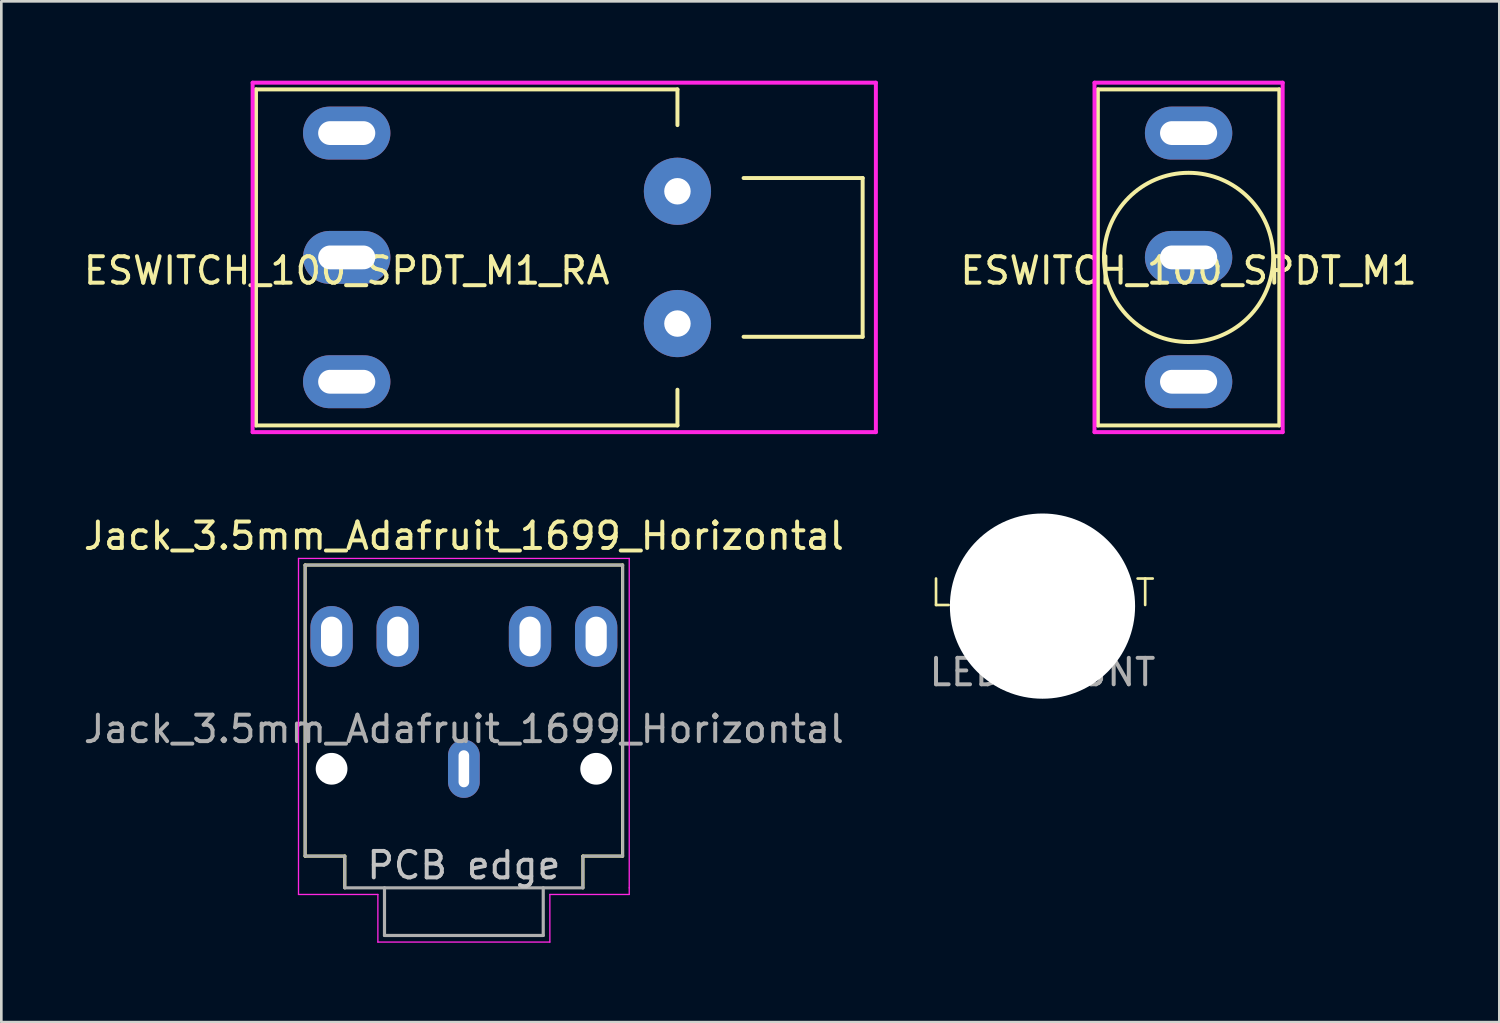
<source format=kicad_pcb>
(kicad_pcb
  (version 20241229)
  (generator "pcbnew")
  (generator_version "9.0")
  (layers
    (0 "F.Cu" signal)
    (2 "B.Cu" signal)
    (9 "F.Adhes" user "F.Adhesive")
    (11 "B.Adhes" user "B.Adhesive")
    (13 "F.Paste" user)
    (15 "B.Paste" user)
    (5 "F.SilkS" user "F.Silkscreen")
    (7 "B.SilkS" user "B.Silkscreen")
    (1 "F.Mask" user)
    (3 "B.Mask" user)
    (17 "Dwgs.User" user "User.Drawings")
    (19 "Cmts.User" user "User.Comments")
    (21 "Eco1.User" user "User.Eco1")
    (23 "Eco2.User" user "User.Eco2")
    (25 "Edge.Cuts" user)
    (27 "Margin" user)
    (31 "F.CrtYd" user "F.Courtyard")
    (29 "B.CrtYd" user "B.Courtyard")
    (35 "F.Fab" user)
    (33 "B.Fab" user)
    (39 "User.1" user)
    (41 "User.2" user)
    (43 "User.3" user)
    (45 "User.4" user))
  (footprint "Jack_3.5mm_Adafruit_1699_Horizontal"
    (layer "F.Cu")
    (at 14.482 26.006)
    (property "Reference" "Jack_3.5mm_Adafruit_1699_Horizontal" (at 0 -8.8 0) (layer "F.SilkS") (effects (font (size 1 1) (thickness 0.15))))
    (attr through_hole exclude_from_pos_files exclude_from_bom)
    (fp_line (start -6 -7.7) (end 6 -7.7) (stroke (width 0.12) (type solid)) (layer "F.SilkS"))
    (fp_line (start -6 3.3) (end -6 -7.7) (stroke (width 0.12) (type solid)) (layer "F.SilkS"))
    (fp_line (start -4.5 3.3) (end -6 3.3) (stroke (width 0.12) (type solid)) (layer "F.SilkS"))
    (fp_line (start -4.5 4.5) (end -4.5 3.3) (stroke (width 0.12) (type solid)) (layer "F.SilkS"))
    (fp_line (start 4.5 3.3) (end 4.5 4.5) (stroke (width 0.12) (type solid)) (layer "F.SilkS"))
    (fp_line (start 6 -7.7) (end 6 3.3) (stroke (width 0.12) (type solid)) (layer "F.SilkS"))
    (fp_line (start 6 3.3) (end 4.5 3.3) (stroke (width 0.12) (type solid)) (layer "F.SilkS"))
    (fp_line (start -6.25 -7.95) (end -6.25 4.75) (stroke (width 0.05) (type solid)) (layer "F.CrtYd"))
    (fp_line (start -6.25 4.75) (end -3.25 4.75) (stroke (width 0.05) (type solid)) (layer "F.CrtYd"))
    (fp_line (start -3.25 4.75) (end -3.25 6.55) (stroke (width 0.05) (type solid)) (layer "F.CrtYd"))
    (fp_line (start -3.25 6.55) (end 3.25 6.55) (stroke (width 0.05) (type solid)) (layer "F.CrtYd"))
    (fp_line (start 3.25 4.75) (end 6.25 4.75) (stroke (width 0.05) (type solid)) (layer "F.CrtYd"))
    (fp_line (start 3.25 6.55) (end 3.25 4.75) (stroke (width 0.05) (type solid)) (layer "F.CrtYd"))
    (fp_line (start 6.25 -7.95) (end -6.25 -7.95) (stroke (width 0.05) (type solid)) (layer "F.CrtYd"))
    (fp_line (start 6.25 4.5) (end 6.25 -7.95) (stroke (width 0.05) (type solid)) (layer "F.CrtYd"))
    (fp_line (start 6.25 4.75) (end 6.25 4.5) (stroke (width 0.05) (type solid)) (layer "F.CrtYd"))
    (fp_line (start -6 -7.7) (end 6 -7.7) (stroke (width 0.1) (type solid)) (layer "F.Fab"))
    (fp_line (start -6 3.3) (end -6 -7.7) (stroke (width 0.1) (type solid)) (layer "F.Fab"))
    (fp_line (start -4.5 3.3) (end -6 3.3) (stroke (width 0.1) (type solid)) (layer "F.Fab"))
    (fp_line (start -4.5 4.5) (end -4.5 3.3) (stroke (width 0.1) (type solid)) (layer "F.Fab"))
    (fp_line (start -4.5 4.5) (end 4.5 4.5) (stroke (width 0.12) (type solid)) (layer "F.Fab"))
    (fp_line (start -3 6.3) (end -3 4.5) (stroke (width 0.12) (type solid)) (layer "F.Fab"))
    (fp_line (start 3 4.5) (end 3 6.3) (stroke (width 0.12) (type solid)) (layer "F.Fab"))
    (fp_line (start 3 6.3) (end -3 6.3) (stroke (width 0.12) (type solid)) (layer "F.Fab"))
    (fp_line (start 4.5 3.3) (end 6 3.3) (stroke (width 0.1) (type solid)) (layer "F.Fab"))
    (fp_line (start 4.5 4.5) (end 4.5 3.3) (stroke (width 0.1) (type solid)) (layer "F.Fab"))
    (fp_line (start 6 3.3) (end 6 -7.7) (stroke (width 0.1) (type solid)) (layer "F.Fab"))
    (fp_text user "PCB edge" (at 0 3.65 0) (unlocked yes) (layer "Dwgs.User") (effects (font (size 1 1) (thickness 0.15))))
    (fp_text user "${REFERENCE}" (at 0 -1.5 0) (layer "F.Fab") (effects (font (size 1 1) (thickness 0.15))))
    (pad "" np_thru_hole circle (at -5 0) (size 1.2 1.2) (drill 1.2) (layers "*.Cu" "*.Mask"))
    (pad "" np_thru_hole circle (at 5 0) (size 1.2 1.2) (drill 1.2) (layers "*.Cu" "*.Mask"))
    (pad "R" thru_hole oval (at -5 -5) (size 1.6 2.3) (drill oval 0.8 1.5) (layers "*.Cu" "*.Mask"))
    (pad "RN" thru_hole oval (at -2.5 -5) (size 1.6 2.3) (drill oval 0.8 1.5) (layers "*.Cu" "*.Mask"))
    (pad "S" thru_hole oval (at 0 0 90) (size 2.2 1.2) (drill oval 1.4 0.4) (layers "*.Cu" "*.Mask"))
    (pad "T" thru_hole oval (at 5 -5 180) (size 1.6 2.3) (drill oval 0.8 1.5) (layers "*.Cu" "*.Mask"))
    (pad "TN" thru_hole oval (at 2.5 -5 180) (size 1.6 2.3) (drill oval 0.8 1.5) (layers "*.Cu" "*.Mask")))
  (footprint "ESWITCH_100_SPDT_M1_RA"
    (layer "F.Cu")
    (at 10.054 6.679)
    (property "Reference" "ESWITCH_100_SPDT_M1_RA" (at 0 0.5 0) (layer "F.SilkS") (effects (font (size 1 1) (thickness 0.15))))
    (attr through_hole)
    (fp_line (start -3.429 6.35) (end -3.429 -6.35) (stroke (width 0.15) (type solid)) (layer "F.SilkS"))
    (fp_line (start 12.5 -6.35) (end -3.429 -6.35) (stroke (width 0.15) (type solid)) (layer "F.SilkS"))
    (fp_line (start 12.5 -5) (end 12.5 -6.35) (stroke (width 0.15) (type solid)) (layer "F.SilkS"))
    (fp_line (start 12.5 6.35) (end -3.429 6.35) (stroke (width 0.15) (type solid)) (layer "F.SilkS"))
    (fp_line (start 12.5 6.35) (end 12.5 5) (stroke (width 0.15) (type solid)) (layer "F.SilkS"))
    (fp_line (start 19.5 -3) (end 15 -3) (stroke (width 0.15) (type solid)) (layer "F.SilkS"))
    (fp_line (start 19.5 3) (end 15 3) (stroke (width 0.15) (type solid)) (layer "F.SilkS"))
    (fp_line (start 19.5 3) (end 19.5 -3) (stroke (width 0.15) (type solid)) (layer "F.SilkS"))
    (fp_line (start -3.556 -6.604) (end 20 -6.604) (stroke (width 0.15) (type solid)) (layer "F.CrtYd"))
    (fp_line (start -3.556 6.604) (end -3.556 -6.604) (stroke (width 0.15) (type solid)) (layer "F.CrtYd"))
    (fp_line (start 20 -6.604) (end 20 6.604) (stroke (width 0.15) (type solid)) (layer "F.CrtYd"))
    (fp_line (start 20 6.604) (end -3.556 6.604) (stroke (width 0.15) (type solid)) (layer "F.CrtYd"))
    (pad "1" thru_hole oval (at 0 -4.699) (size 3.302 2) (drill oval 2.159 0.9) (layers "*.Cu" "*.Mask"))
    (pad "2" thru_hole oval (at 0 0) (size 3.302 2) (drill oval 2.159 0.9) (layers "*.Cu" "*.Mask"))
    (pad "3" thru_hole oval (at 0 4.699) (size 3.302 2) (drill oval 2.159 0.9) (layers "*.Cu" "*.Mask"))
    (pad "4" thru_hole circle (at 12.5 -2.5) (size 2.54 2.54) (drill 1) (layers "*.Cu" "*.Mask"))
    (pad "5" thru_hole circle (at 12.5 2.5) (size 2.54 2.54) (drill 1) (layers "*.Cu" "*.Mask")))
  (footprint "ESWITCH_100_SPDT_M1"
    (layer "F.Cu")
    (at 41.873 6.679)
    (property "Reference" "ESWITCH_100_SPDT_M1" (at 0 0.5 0) (layer "F.SilkS") (effects (font (size 1 1) (thickness 0.15))))
    (attr through_hole)
    (fp_line (start -3.429 6.35) (end -3.429 -6.35) (stroke (width 0.15) (type solid)) (layer "F.SilkS"))
    (fp_line (start 3.429 -6.35) (end -3.429 -6.35) (stroke (width 0.15) (type solid)) (layer "F.SilkS"))
    (fp_line (start 3.429 6.35) (end -3.429 6.35) (stroke (width 0.15) (type solid)) (layer "F.SilkS"))
    (fp_line (start 3.429 6.35) (end 3.429 -6.35) (stroke (width 0.15) (type solid)) (layer "F.SilkS"))
    (fp_circle (center 0 0) (end 3.175 0.381) (stroke (width 0.15) (type solid)) (fill no) (layer "F.SilkS"))
    (fp_line (start -3.556 -6.604) (end 3.556 -6.604) (stroke (width 0.15) (type solid)) (layer "F.CrtYd"))
    (fp_line (start -3.556 6.604) (end -3.556 -6.604) (stroke (width 0.15) (type solid)) (layer "F.CrtYd"))
    (fp_line (start 3.556 -6.604) (end 3.556 6.604) (stroke (width 0.15) (type solid)) (layer "F.CrtYd"))
    (fp_line (start 3.556 6.604) (end -3.556 6.604) (stroke (width 0.15) (type solid)) (layer "F.CrtYd"))
    (pad "1" thru_hole oval (at 0 -4.699) (size 3.302 2) (drill oval 2.159 0.9) (layers "*.Cu" "*.Mask"))
    (pad "2" thru_hole oval (at 0 0) (size 3.302 2) (drill oval 2.159 0.9) (layers "*.Cu" "*.Mask"))
    (pad "3" thru_hole oval (at 0 4.699) (size 3.302 2) (drill oval 2.159 0.9) (layers "*.Cu" "*.Mask")))
  (footprint "LED_MOUNT"
    (layer "F.Cu")
    (at 36.351 19.858)
    (property "Reference" "LED_MOUNT" (at 0 -0.5 0) (unlocked yes) (layer "F.SilkS") (effects (font (size 1 1) (thickness 0.1))))
    (attr through_hole)
    (fp_text user "${REFERENCE}" (at 0 2.5 0) (unlocked yes) (layer "F.Fab") (effects (font (size 1 1) (thickness 0.15))))
    (pad "" np_thru_hole circle (at 0 0) (size 7 7) (drill 7) (layers "*.Cu" "*.Mask")))
  (gr_rect
    (start -3 -3)
    (end 53.617 35.581)
    (stroke (width 0.1) (type default))
    (fill no)
    (layer "Edge.Cuts")))
</source>
